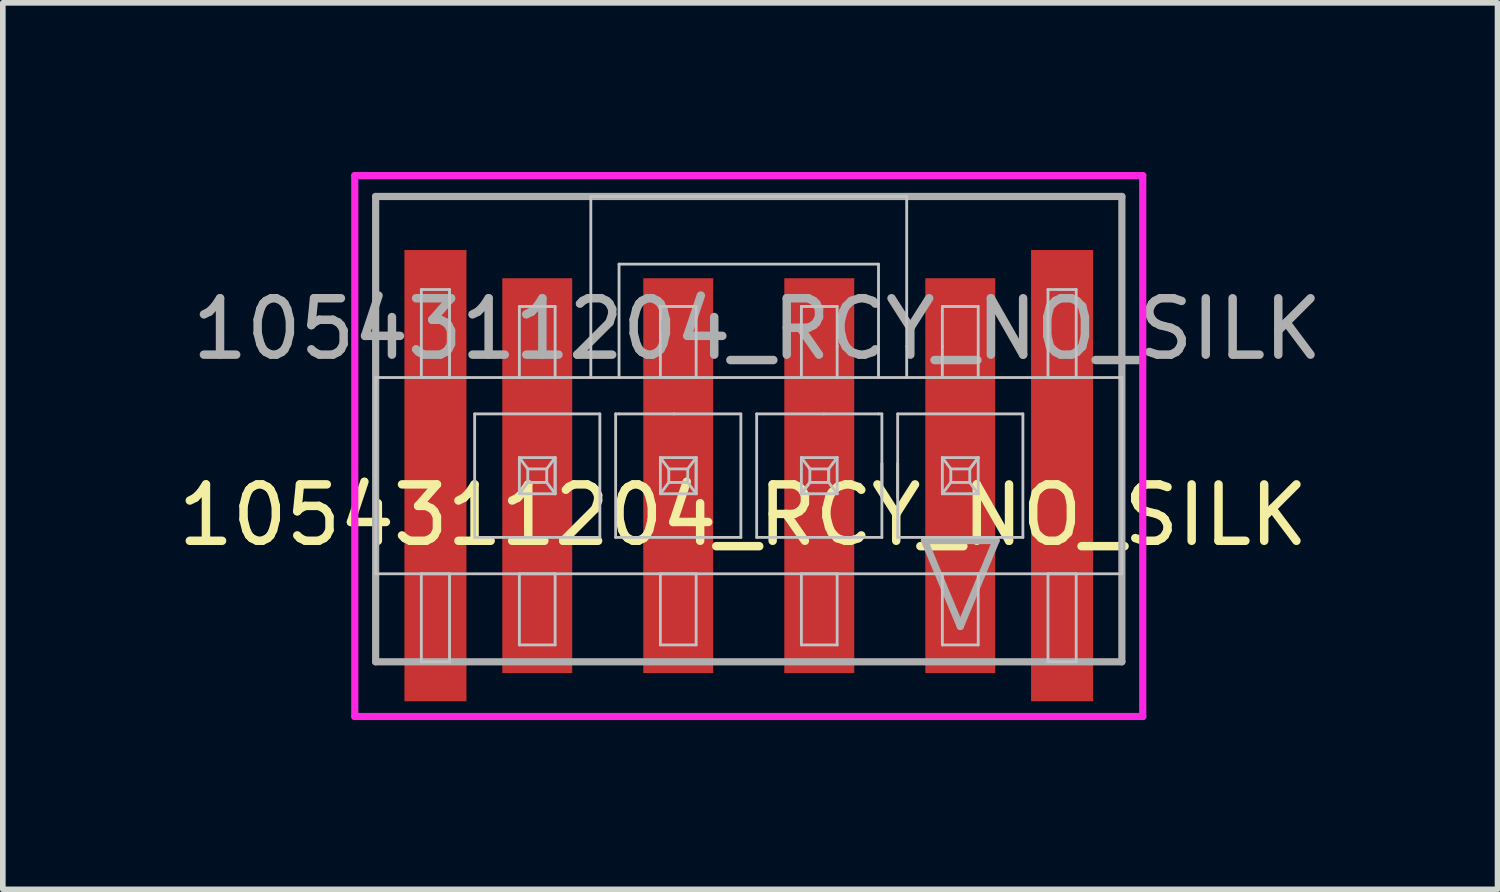
<source format=kicad_pcb>
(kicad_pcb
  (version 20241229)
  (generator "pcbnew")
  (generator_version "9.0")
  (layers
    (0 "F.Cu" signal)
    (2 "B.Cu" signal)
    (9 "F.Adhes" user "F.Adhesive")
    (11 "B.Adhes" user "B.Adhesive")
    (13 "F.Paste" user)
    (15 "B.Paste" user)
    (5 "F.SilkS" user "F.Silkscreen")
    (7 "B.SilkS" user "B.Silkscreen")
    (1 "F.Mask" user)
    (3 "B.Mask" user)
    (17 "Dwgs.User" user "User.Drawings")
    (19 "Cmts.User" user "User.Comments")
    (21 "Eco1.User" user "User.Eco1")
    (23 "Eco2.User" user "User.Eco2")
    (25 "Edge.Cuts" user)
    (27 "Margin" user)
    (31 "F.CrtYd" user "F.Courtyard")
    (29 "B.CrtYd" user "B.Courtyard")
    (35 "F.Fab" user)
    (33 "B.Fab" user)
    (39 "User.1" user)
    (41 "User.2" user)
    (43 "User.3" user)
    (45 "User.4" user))
  (footprint "1054311204_RCY_NO_SILK"
    (layer "F.Cu")
    (at 13.975 5.383)
    (property "Reference" "1054311204_RCY_NO_SILK" (at -3.85 0.7 0) (unlocked yes) (layer "F.SilkS") (effects (font (size 1 1) (thickness 0.15))))
    (attr smd)
    (fp_line (start -10.365 -1.74) (end -10.365 1.74) (stroke (width 0.05) (type default)) (layer "Dwgs.User"))
    (fp_line (start -10.365 1.74) (end 2.865 1.74) (stroke (width 0.05) (type default)) (layer "Dwgs.User"))
    (fp_line (start -9.555 -3.3) (end -9.555 -1.74) (stroke (width 0.05) (type default)) (layer "Dwgs.User"))
    (fp_line (start -9.555 -1.74) (end -9.055 -1.74) (stroke (width 0.05) (type default)) (layer "Dwgs.User"))
    (fp_line (start -9.555 1.74) (end -9.555 3.3) (stroke (width 0.05) (type default)) (layer "Dwgs.User"))
    (fp_line (start -9.055 -3.3) (end -9.555 -3.3) (stroke (width 0.05) (type default)) (layer "Dwgs.User"))
    (fp_line (start -9.055 -3.3) (end -9.055 -1.74) (stroke (width 0.05) (type default)) (layer "Dwgs.User"))
    (fp_line (start -9.055 1.74) (end -9.555 1.74) (stroke (width 0.05) (type default)) (layer "Dwgs.User"))
    (fp_line (start -9.055 1.74) (end -9.055 3.3) (stroke (width 0.05) (type default)) (layer "Dwgs.User"))
    (fp_line (start -9.055 3.3) (end -9.555 3.3) (stroke (width 0.05) (type default)) (layer "Dwgs.User"))
    (fp_line (start -8.61 -1.095) (end -6.39 -1.095) (stroke (width 0.05) (type default)) (layer "Dwgs.User"))
    (fp_line (start -8.61 1.095) (end -8.61 -1.095) (stroke (width 0.05) (type default)) (layer "Dwgs.User"))
    (fp_line (start -8.61 1.095) (end -6.39 1.095) (stroke (width 0.05) (type default)) (layer "Dwgs.User"))
    (fp_line (start -7.817 -2.999) (end -7.817 -1.74) (stroke (width 0.05) (type default)) (layer "Dwgs.User"))
    (fp_line (start -7.817 -2.999) (end -7.183 -2.999) (stroke (width 0.05) (type default)) (layer "Dwgs.User"))
    (fp_line (start -7.817 -0.32) (end -7.668 -0.119) (stroke (width 0.05) (type default)) (layer "Dwgs.User"))
    (fp_line (start -7.817 -0.32) (end -7.183 -0.32) (stroke (width 0.05) (type default)) (layer "Dwgs.User"))
    (fp_line (start -7.817 0.321) (end -7.817 -0.32) (stroke (width 0.05) (type default)) (layer "Dwgs.User"))
    (fp_line (start -7.817 0.321) (end -7.183 0.321) (stroke (width 0.05) (type default)) (layer "Dwgs.User"))
    (fp_line (start -7.817 1.74) (end -7.817 3.001) (stroke (width 0.05) (type default)) (layer "Dwgs.User"))
    (fp_line (start -7.817 1.74) (end -7.183 1.74) (stroke (width 0.05) (type default)) (layer "Dwgs.User"))
    (fp_line (start -7.817 3.001) (end -7.183 3.001) (stroke (width 0.05) (type default)) (layer "Dwgs.User"))
    (fp_line (start -7.8 0.3) (end -7.668 0.12) (stroke (width 0.05) (type default)) (layer "Dwgs.User"))
    (fp_line (start -7.668 -0.119) (end -7.332 -0.119) (stroke (width 0.05) (type default)) (layer "Dwgs.User"))
    (fp_line (start -7.668 0.12) (end -7.668 -0.119) (stroke (width 0.05) (type default)) (layer "Dwgs.User"))
    (fp_line (start -7.668 0.12) (end -7.513 0.12) (stroke (width 0.05) (type default)) (layer "Dwgs.User"))
    (fp_line (start -7.513 0.12) (end -7.332 0.12) (stroke (width 0.05) (type default)) (layer "Dwgs.User"))
    (fp_line (start -7.332 -0.119) (end -7.332 0.12) (stroke (width 0.05) (type default)) (layer "Dwgs.User"))
    (fp_line (start -7.332 -0.119) (end -7.183 -0.32) (stroke (width 0.05) (type default)) (layer "Dwgs.User"))
    (fp_line (start -7.183 -2.999) (end -7.183 -1.74) (stroke (width 0.05) (type default)) (layer "Dwgs.User"))
    (fp_line (start -7.183 -0.32) (end -7.183 0.321) (stroke (width 0.05) (type default)) (layer "Dwgs.User"))
    (fp_line (start -7.183 0.321) (end -7.332 0.12) (stroke (width 0.05) (type default)) (layer "Dwgs.User"))
    (fp_line (start -7.183 0.321) (end -7.183 -0.32) (stroke (width 0.05) (type default)) (layer "Dwgs.User"))
    (fp_line (start -7.183 1.74) (end -7.183 3.001) (stroke (width 0.05) (type default)) (layer "Dwgs.User"))
    (fp_line (start -6.55 -4.95) (end -6.55 -1.74) (stroke (width 0.05) (type default)) (layer "Dwgs.User"))
    (fp_line (start -6.55 -4.95) (end -0.95 -4.95) (stroke (width 0.05) (type default)) (layer "Dwgs.User"))
    (fp_line (start -6.55 -1.74) (end -10.365 -1.74) (stroke (width 0.05) (type default)) (layer "Dwgs.User"))
    (fp_line (start -6.39 1.095) (end -6.39 -1.095) (stroke (width 0.05) (type default)) (layer "Dwgs.User"))
    (fp_line (start -6.11 -1.095) (end -6.05 -1.095) (stroke (width 0.05) (type default)) (layer "Dwgs.User"))
    (fp_line (start -6.11 1.095) (end -6.11 -1.095) (stroke (width 0.05) (type default)) (layer "Dwgs.User"))
    (fp_line (start -6.11 1.095) (end -3.89 1.095) (stroke (width 0.05) (type default)) (layer "Dwgs.User"))
    (fp_line (start -6.05 -3.75) (end -6.05 -1.74) (stroke (width 0.05) (type default)) (layer "Dwgs.User"))
    (fp_line (start -6.05 -1.74) (end -6.55 -1.74) (stroke (width 0.05) (type default)) (layer "Dwgs.User"))
    (fp_line (start -6.05 -1.74) (end -1.45 -1.74) (stroke (width 0.05) (type default)) (layer "Dwgs.User"))
    (fp_line (start -6.05 -1.095) (end -5.08 -1.095) (stroke (width 0.05) (type default)) (layer "Dwgs.User"))
    (fp_line (start -5.317 -2.999) (end -5.317 -1.74) (stroke (width 0.05) (type default)) (layer "Dwgs.User"))
    (fp_line (start -5.317 -2.999) (end -4.683 -2.999) (stroke (width 0.05) (type default)) (layer "Dwgs.User"))
    (fp_line (start -5.317 -0.32) (end -5.168 -0.119) (stroke (width 0.05) (type default)) (layer "Dwgs.User"))
    (fp_line (start -5.317 -0.32) (end -4.683 -0.32) (stroke (width 0.05) (type default)) (layer "Dwgs.User"))
    (fp_line (start -5.317 0.321) (end -5.317 -0.32) (stroke (width 0.05) (type default)) (layer "Dwgs.User"))
    (fp_line (start -5.317 0.321) (end -4.683 0.321) (stroke (width 0.05) (type default)) (layer "Dwgs.User"))
    (fp_line (start -5.317 1.74) (end -5.317 3.001) (stroke (width 0.05) (type default)) (layer "Dwgs.User"))
    (fp_line (start -5.317 3.001) (end -4.683 3.001) (stroke (width 0.05) (type default)) (layer "Dwgs.User"))
    (fp_line (start -5.168 -0.119) (end -4.832 -0.119) (stroke (width 0.05) (type default)) (layer "Dwgs.User"))
    (fp_line (start -5.168 0.12) (end -5.317 0.321) (stroke (width 0.05) (type default)) (layer "Dwgs.User"))
    (fp_line (start -5.168 0.12) (end -5.168 -0.119) (stroke (width 0.05) (type default)) (layer "Dwgs.User"))
    (fp_line (start -5.168 0.12) (end -5.013 0.12) (stroke (width 0.05) (type default)) (layer "Dwgs.User"))
    (fp_line (start -5.08 -1.095) (end -3.89 -1.095) (stroke (width 0.05) (type default)) (layer "Dwgs.User"))
    (fp_line (start -5.013 0.12) (end -4.832 0.12) (stroke (width 0.05) (type default)) (layer "Dwgs.User"))
    (fp_line (start -4.832 -0.119) (end -4.832 0.12) (stroke (width 0.05) (type default)) (layer "Dwgs.User"))
    (fp_line (start -4.683 -2.999) (end -4.683 -1.74) (stroke (width 0.05) (type default)) (layer "Dwgs.User"))
    (fp_line (start -4.683 -1.74) (end -5.317 -1.74) (stroke (width 0.05) (type default)) (layer "Dwgs.User"))
    (fp_line (start -4.683 -0.32) (end -4.832 -0.119) (stroke (width 0.05) (type default)) (layer "Dwgs.User"))
    (fp_line (start -4.683 -0.32) (end -4.683 0.321) (stroke (width 0.05) (type default)) (layer "Dwgs.User"))
    (fp_line (start -4.683 0.321) (end -4.832 0.12) (stroke (width 0.05) (type default)) (layer "Dwgs.User"))
    (fp_line (start -4.683 0.321) (end -4.683 -0.32) (stroke (width 0.05) (type default)) (layer "Dwgs.User"))
    (fp_line (start -4.683 1.74) (end -5.317 1.74) (stroke (width 0.05) (type default)) (layer "Dwgs.User"))
    (fp_line (start -4.683 1.74) (end -4.683 3.001) (stroke (width 0.05) (type default)) (layer "Dwgs.User"))
    (fp_line (start -3.89 1.095) (end -3.89 -1.095) (stroke (width 0.05) (type default)) (layer "Dwgs.User"))
    (fp_line (start -3.61 -1.095) (end -2.42 -1.095) (stroke (width 0.05) (type default)) (layer "Dwgs.User"))
    (fp_line (start -3.61 1.095) (end -3.61 -1.095) (stroke (width 0.05) (type default)) (layer "Dwgs.User"))
    (fp_line (start -3.61 1.095) (end -1.39 1.095) (stroke (width 0.05) (type default)) (layer "Dwgs.User"))
    (fp_line (start -2.817 -2.999) (end -2.817 -1.74) (stroke (width 0.05) (type default)) (layer "Dwgs.User"))
    (fp_line (start -2.817 -2.999) (end -2.183 -2.999) (stroke (width 0.05) (type default)) (layer "Dwgs.User"))
    (fp_line (start -2.817 -0.32) (end -2.667 -0.119) (stroke (width 0.05) (type default)) (layer "Dwgs.User"))
    (fp_line (start -2.817 -0.32) (end -2.183 -0.32) (stroke (width 0.05) (type default)) (layer "Dwgs.User"))
    (fp_line (start -2.817 -0.119) (end -2.817 -0.32) (stroke (width 0.05) (type default)) (layer "Dwgs.User"))
    (fp_line (start -2.817 0.321) (end -2.817 -0.119) (stroke (width 0.05) (type default)) (layer "Dwgs.User"))
    (fp_line (start -2.817 0.321) (end -2.183 0.321) (stroke (width 0.05) (type default)) (layer "Dwgs.User"))
    (fp_line (start -2.817 1.74) (end -2.817 3.001) (stroke (width 0.05) (type default)) (layer "Dwgs.User"))
    (fp_line (start -2.817 3.001) (end -2.183 3.001) (stroke (width 0.05) (type default)) (layer "Dwgs.User"))
    (fp_line (start -2.667 0.12) (end -2.817 0.321) (stroke (width 0.05) (type default)) (layer "Dwgs.User"))
    (fp_line (start -2.667 0.12) (end -2.817 0.321) (stroke (width 0.05) (type default)) (layer "Dwgs.User"))
    (fp_line (start -2.667 0.12) (end -2.667 -0.119) (stroke (width 0.05) (type default)) (layer "Dwgs.User"))
    (fp_line (start -2.667 0.12) (end -2.333 0.12) (stroke (width 0.05) (type default)) (layer "Dwgs.User"))
    (fp_line (start -2.333 -0.119) (end -2.667 -0.119) (stroke (width 0.05) (type default)) (layer "Dwgs.User"))
    (fp_line (start -2.333 -0.119) (end -2.333 0.12) (stroke (width 0.05) (type default)) (layer "Dwgs.User"))
    (fp_line (start -2.333 -0.119) (end -2.333 0.12) (stroke (width 0.05) (type default)) (layer "Dwgs.User"))
    (fp_line (start -2.261 -0.215) (end -2.333 -0.119) (stroke (width 0.05) (type default)) (layer "Dwgs.User"))
    (fp_line (start -2.261 -0.215) (end -2.183 -0.32) (stroke (width 0.05) (type default)) (layer "Dwgs.User"))
    (fp_line (start -2.183 -2.999) (end -2.183 -2.29) (stroke (width 0.05) (type default)) (layer "Dwgs.User"))
    (fp_line (start -2.183 -2.29) (end -2.183 -1.74) (stroke (width 0.05) (type default)) (layer "Dwgs.User"))
    (fp_line (start -2.183 -0.32) (end -2.183 0.321) (stroke (width 0.05) (type default)) (layer "Dwgs.User"))
    (fp_line (start -2.183 0.321) (end -2.333 0.12) (stroke (width 0.05) (type default)) (layer "Dwgs.User"))
    (fp_line (start -2.183 1.74) (end -2.817 1.74) (stroke (width 0.05) (type default)) (layer "Dwgs.User"))
    (fp_line (start -2.183 1.74) (end -2.183 3.001) (stroke (width 0.05) (type default)) (layer "Dwgs.User"))
    (fp_line (start -1.45 -3.75) (end -6.05 -3.75) (stroke (width 0.05) (type default)) (layer "Dwgs.User"))
    (fp_line (start -1.45 -3.75) (end -1.45 -1.74) (stroke (width 0.05) (type default)) (layer "Dwgs.User"))
    (fp_line (start -1.45 -1.095) (end -2.42 -1.095) (stroke (width 0.05) (type default)) (layer "Dwgs.User"))
    (fp_line (start -1.45 -1.095) (end -1.39 -1.095) (stroke (width 0.05) (type default)) (layer "Dwgs.User"))
    (fp_line (start -1.39 0.385) (end -1.39 -0.215) (stroke (width 0.05) (type default)) (layer "Dwgs.User"))
    (fp_line (start -1.39 1.095) (end -1.39 -1.095) (stroke (width 0.05) (type default)) (layer "Dwgs.User"))
    (fp_line (start -1.11 -1.095) (end 1.11 -1.095) (stroke (width 0.05) (type default)) (layer "Dwgs.User"))
    (fp_line (start -1.11 -0.215) (end -1.11 0.385) (stroke (width 0.05) (type default)) (layer "Dwgs.User"))
    (fp_line (start -1.11 1.095) (end -1.11 -1.095) (stroke (width 0.05) (type default)) (layer "Dwgs.User"))
    (fp_line (start -1.11 1.095) (end 1.11 1.095) (stroke (width 0.05) (type default)) (layer "Dwgs.User"))
    (fp_line (start -0.95 -4.95) (end -0.95 -2.29) (stroke (width 0.05) (type default)) (layer "Dwgs.User"))
    (fp_line (start -0.95 -2.29) (end -0.95 -1.74) (stroke (width 0.05) (type default)) (layer "Dwgs.User"))
    (fp_line (start -0.95 -1.74) (end -1.45 -1.74) (stroke (width 0.05) (type default)) (layer "Dwgs.User"))
    (fp_line (start -0.318 -2.999) (end -0.318 -2.29) (stroke (width 0.05) (type default)) (layer "Dwgs.User"))
    (fp_line (start -0.318 -2.999) (end 0.318 -2.999) (stroke (width 0.05) (type default)) (layer "Dwgs.User"))
    (fp_line (start -0.318 -2.29) (end -0.318 -1.74) (stroke (width 0.05) (type default)) (layer "Dwgs.User"))
    (fp_line (start -0.318 -0.32) (end -0.168 -0.119) (stroke (width 0.05) (type default)) (layer "Dwgs.User"))
    (fp_line (start -0.318 -0.32) (end 0.318 -0.32) (stroke (width 0.05) (type default)) (layer "Dwgs.User"))
    (fp_line (start -0.318 0.321) (end -0.318 -0.32) (stroke (width 0.05) (type default)) (layer "Dwgs.User"))
    (fp_line (start -0.318 0.321) (end 0.168 0.321) (stroke (width 0.05) (type default)) (layer "Dwgs.User"))
    (fp_line (start -0.318 1.74) (end -0.318 3.001) (stroke (width 0.05) (type default)) (layer "Dwgs.User"))
    (fp_line (start -0.318 1.74) (end 0.318 1.74) (stroke (width 0.05) (type default)) (layer "Dwgs.User"))
    (fp_line (start -0.318 3.001) (end 0.318 3.001) (stroke (width 0.05) (type default)) (layer "Dwgs.User"))
    (fp_line (start -0.168 -0.119) (end 0.168 -0.119) (stroke (width 0.05) (type default)) (layer "Dwgs.User"))
    (fp_line (start -0.168 0.12) (end -0.318 0.321) (stroke (width 0.05) (type default)) (layer "Dwgs.User"))
    (fp_line (start -0.168 0.12) (end -0.168 -0.119) (stroke (width 0.05) (type default)) (layer "Dwgs.User"))
    (fp_line (start -0.168 0.12) (end 0.168 0.12) (stroke (width 0.05) (type default)) (layer "Dwgs.User"))
    (fp_line (start 0.168 -0.119) (end 0.318 -0.32) (stroke (width 0.05) (type default)) (layer "Dwgs.User"))
    (fp_line (start 0.168 0.12) (end 0.168 -0.119) (stroke (width 0.05) (type default)) (layer "Dwgs.User"))
    (fp_line (start 0.168 0.321) (end 0.318 0.321) (stroke (width 0.05) (type default)) (layer "Dwgs.User"))
    (fp_line (start 0.318 -2.999) (end 0.318 -1.74) (stroke (width 0.05) (type default)) (layer "Dwgs.User"))
    (fp_line (start 0.318 -0.32) (end 0.168 -0.119) (stroke (width 0.05) (type default)) (layer "Dwgs.User"))
    (fp_line (start 0.318 -0.32) (end 0.318 0.321) (stroke (width 0.05) (type default)) (layer "Dwgs.User"))
    (fp_line (start 0.318 0.321) (end 0.168 0.12) (stroke (width 0.05) (type default)) (layer "Dwgs.User"))
    (fp_line (start 0.318 1.74) (end 0.318 3.001) (stroke (width 0.05) (type default)) (layer "Dwgs.User"))
    (fp_line (start 1.11 1.095) (end 1.11 -1.095) (stroke (width 0.05) (type default)) (layer "Dwgs.User"))
    (fp_line (start 1.555 -3.3) (end 1.555 -1.74) (stroke (width 0.05) (type default)) (layer "Dwgs.User"))
    (fp_line (start 1.555 -3.3) (end 2.055 -3.3) (stroke (width 0.05) (type default)) (layer "Dwgs.User"))
    (fp_line (start 1.555 1.74) (end 1.555 3.3) (stroke (width 0.05) (type default)) (layer "Dwgs.User"))
    (fp_line (start 1.555 1.74) (end 2.055 1.74) (stroke (width 0.05) (type default)) (layer "Dwgs.User"))
    (fp_line (start 1.555 3.3) (end 2.055 3.3) (stroke (width 0.05) (type default)) (layer "Dwgs.User"))
    (fp_line (start 2.055 -3.3) (end 2.055 -1.74) (stroke (width 0.05) (type default)) (layer "Dwgs.User"))
    (fp_line (start 2.055 -1.74) (end 1.555 -1.74) (stroke (width 0.05) (type default)) (layer "Dwgs.User"))
    (fp_line (start 2.055 1.74) (end 2.055 3.3) (stroke (width 0.05) (type default)) (layer "Dwgs.User"))
    (fp_line (start 2.865 -1.74) (end -0.95 -1.74) (stroke (width 0.05) (type default)) (layer "Dwgs.User"))
    (fp_line (start 2.865 1.74) (end 2.865 -1.74) (stroke (width 0.05) (type default)) (layer "Dwgs.User"))
    (fp_line (start -10.735 -5.32) (end -10.735 4.27) (stroke (width 0.127) (type solid)) (layer "F.CrtYd"))
    (fp_line (start -10.735 4.27) (end 3.235 4.27) (stroke (width 0.127) (type solid)) (layer "F.CrtYd"))
    (fp_line (start 3.235 -5.32) (end -10.735 -5.32) (stroke (width 0.127) (type solid)) (layer "F.CrtYd"))
    (fp_line (start 3.235 4.27) (end 3.235 -5.32) (stroke (width 0.127) (type solid)) (layer "F.CrtYd"))
    (fp_line (start -10.365 -4.95) (end -10.365 3.3) (stroke (width 0.127) (type solid)) (layer "F.Fab"))
    (fp_line (start -10.365 3.3) (end 2.865 3.3) (stroke (width 0.127) (type solid)) (layer "F.Fab"))
    (fp_line (start -0.635 1.15) (end 0.635 1.15) (stroke (width 0.127) (type solid)) (layer "F.Fab"))
    (fp_line (start 0 2.674) (end -0.635 1.15) (stroke (width 0.127) (type solid)) (layer "F.Fab"))
    (fp_line (start 0.635 1.15) (end 0 2.674) (stroke (width 0.127) (type solid)) (layer "F.Fab"))
    (fp_line (start 2.865 -4.95) (end -10.365 -4.95) (stroke (width 0.127) (type solid)) (layer "F.Fab"))
    (fp_line (start 2.865 3.3) (end 2.865 -4.95) (stroke (width 0.127) (type solid)) (layer "F.Fab"))
    (fp_text user "${REFERENCE}" (at -3.6 -2.6 0) (unlocked yes) (layer "F.Fab") (effects (font (size 1 1) (thickness 0.15))))
    (pad "1" smd rect (at 0 0) (size 1.24 7) (layers "F.Cu" "F.Mask" "F.Paste"))
    (pad "2" smd rect (at -2.5 0) (size 1.24 7) (layers "F.Cu" "F.Mask" "F.Paste"))
    (pad "3" smd rect (at -5 0) (size 1.24 7) (layers "F.Cu" "F.Mask" "F.Paste"))
    (pad "4" smd rect (at -7.5 0) (size 1.24 7) (layers "F.Cu" "F.Mask" "F.Paste"))
    (pad "MP1" smd rect (at 1.805 0) (size 1.1 8) (layers "F.Cu" "F.Mask" "F.Paste"))
    (pad "MP2" smd rect (at -9.305 0) (size 1.1 8) (layers "F.Cu" "F.Mask" "F.Paste")))
  (gr_rect
    (start -3 -3)
    (end 23.5 12.717)
    (stroke (width 0.1) (type default))
    (fill no)
    (layer "Edge.Cuts")))
</source>
